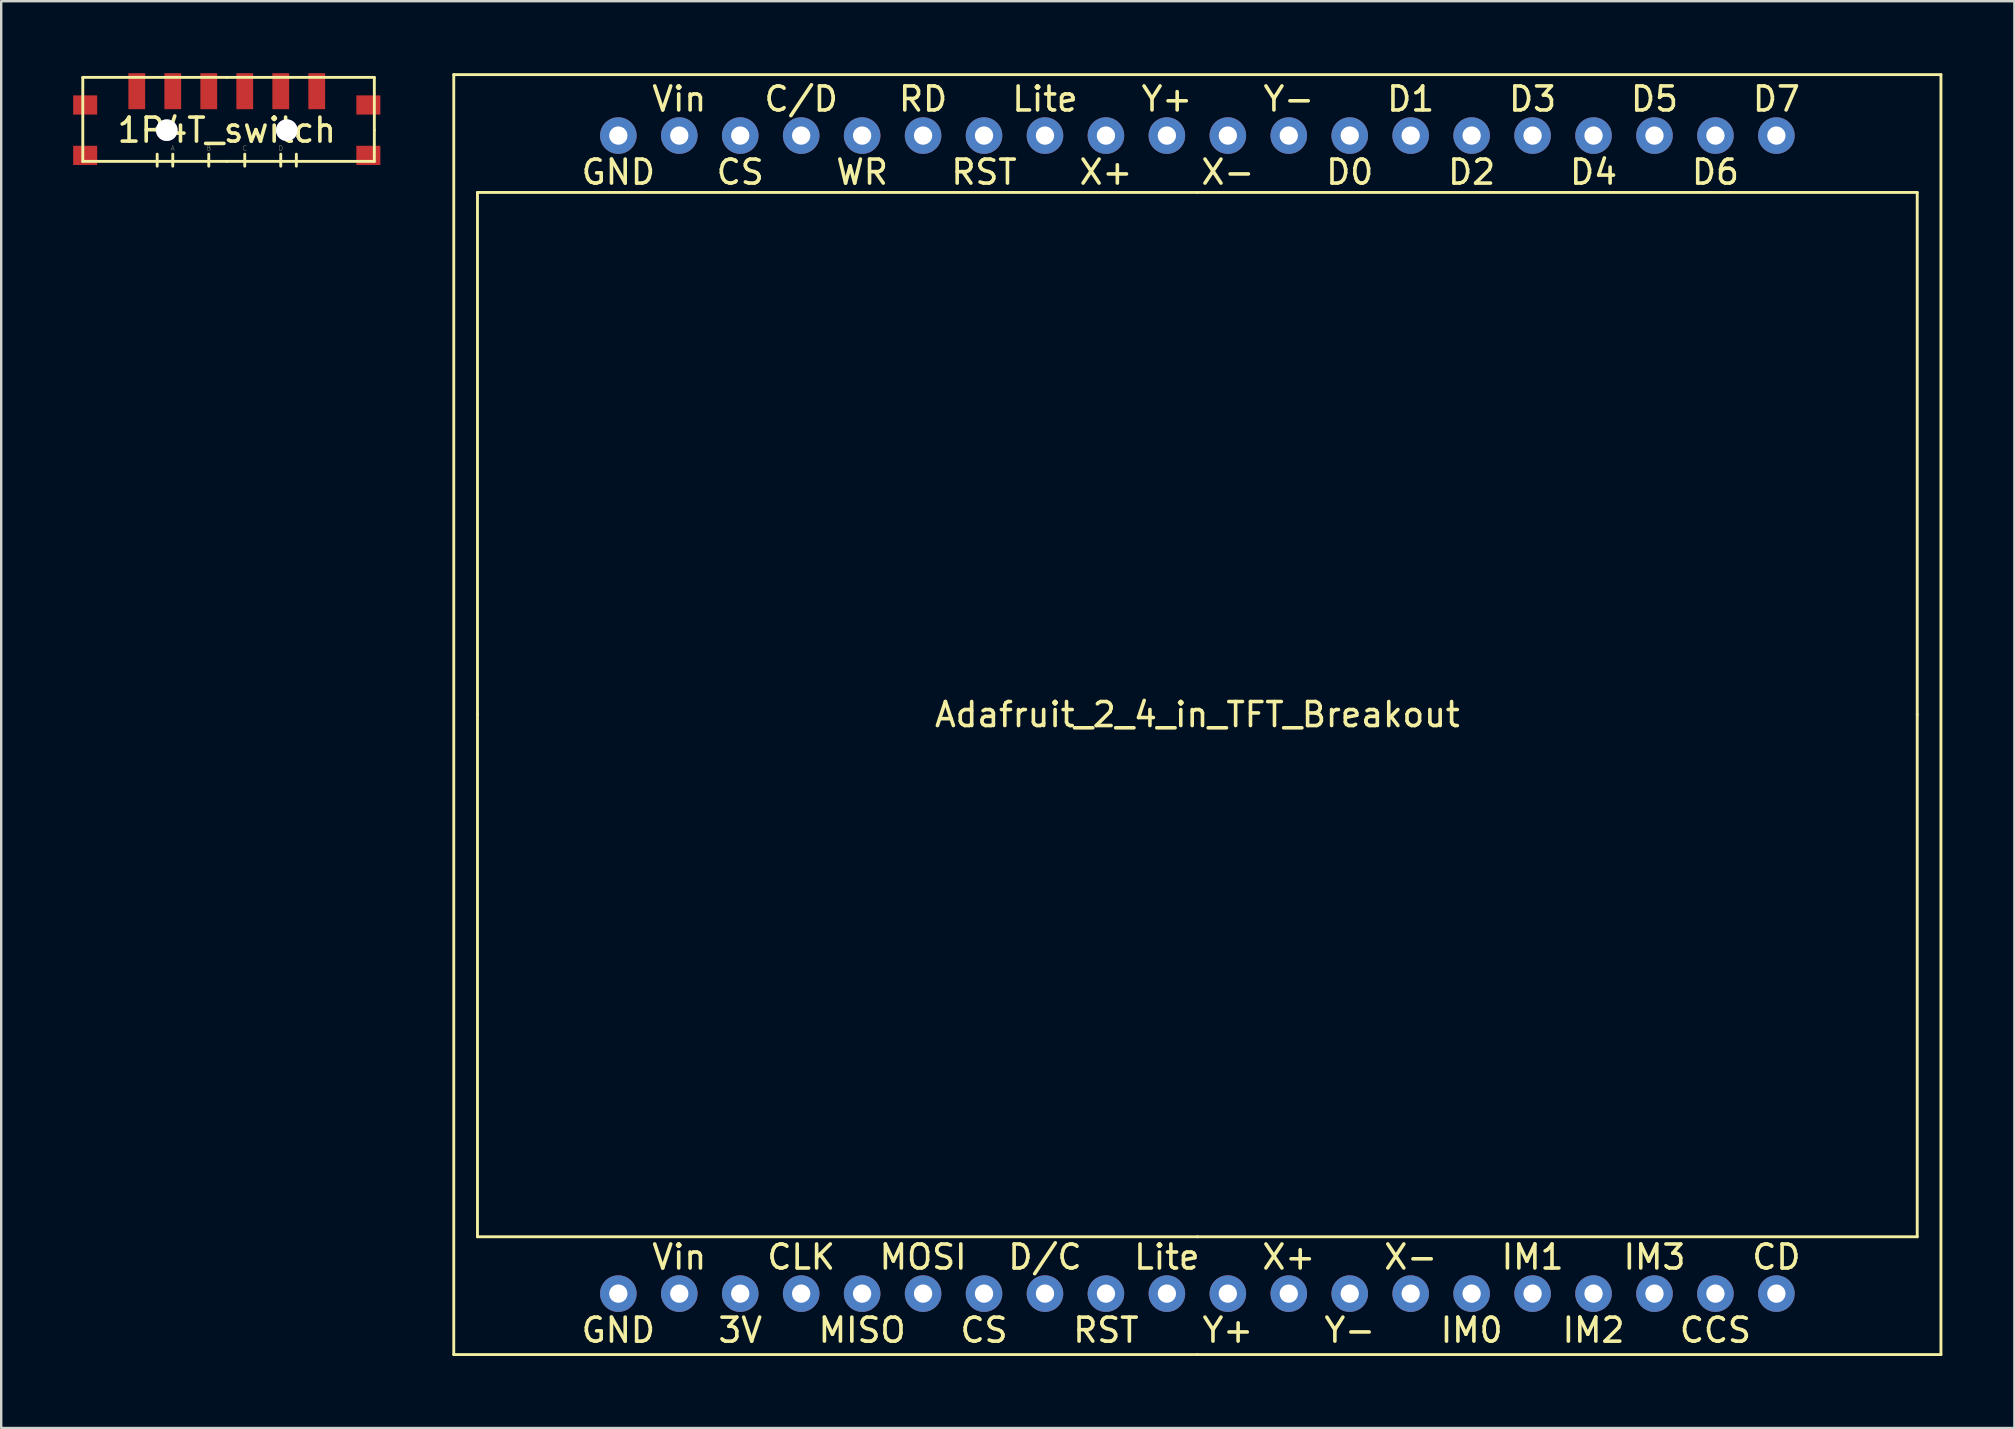
<source format=kicad_pcb>
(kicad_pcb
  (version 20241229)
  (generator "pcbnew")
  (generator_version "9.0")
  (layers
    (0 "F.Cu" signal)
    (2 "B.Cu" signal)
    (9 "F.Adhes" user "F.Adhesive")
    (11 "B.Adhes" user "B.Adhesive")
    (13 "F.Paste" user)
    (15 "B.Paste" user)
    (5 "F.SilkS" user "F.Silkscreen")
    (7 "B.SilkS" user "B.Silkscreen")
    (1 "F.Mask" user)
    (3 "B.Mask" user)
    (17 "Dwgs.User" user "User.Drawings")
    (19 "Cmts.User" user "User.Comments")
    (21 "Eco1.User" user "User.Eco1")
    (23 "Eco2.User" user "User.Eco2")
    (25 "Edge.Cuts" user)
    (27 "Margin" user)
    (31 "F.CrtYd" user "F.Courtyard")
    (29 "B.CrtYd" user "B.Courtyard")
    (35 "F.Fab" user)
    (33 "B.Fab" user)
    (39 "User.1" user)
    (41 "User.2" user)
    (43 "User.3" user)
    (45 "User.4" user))
  (footprint "1P4T_switch"
    (layer "F.Cu")
    (at 6.4 2.375)
    (property "Reference" "1P4T_switch" (at 0 0 0) (layer "F.SilkS") (effects (font (size 1 1) (thickness 0.15))))
    (attr through_hole)
    (fp_line (start -6 1.3) (end -6 -2.2) (stroke (width 0.12) (type solid)) (layer "F.SilkS"))
    (fp_line (start -2.9 1.5) (end -2.9 1) (stroke (width 0.12) (type solid)) (layer "F.SilkS"))
    (fp_line (start -2.25 1.5) (end -2.25 1) (stroke (width 0.12) (type solid)) (layer "F.SilkS"))
    (fp_line (start -0.75 1.5) (end -0.75 1) (stroke (width 0.12) (type solid)) (layer "F.SilkS"))
    (fp_line (start 0 -2.2) (end -6 -2.2) (stroke (width 0.12) (type solid)) (layer "F.SilkS"))
    (fp_line (start 0 -2.2) (end 6.15 -2.2) (stroke (width 0.12) (type solid)) (layer "F.SilkS"))
    (fp_line (start 0 1.3) (end -6 1.3) (stroke (width 0.12) (type solid)) (layer "F.SilkS"))
    (fp_line (start 0 1.3) (end 6.15 1.3) (stroke (width 0.12) (type solid)) (layer "F.SilkS"))
    (fp_line (start 0.75 1.5) (end 0.75 1) (stroke (width 0.12) (type solid)) (layer "F.SilkS"))
    (fp_line (start 2.25 1.5) (end 2.25 1) (stroke (width 0.12) (type solid)) (layer "F.SilkS"))
    (fp_line (start 2.9 1.5) (end 2.9 1) (stroke (width 0.12) (type solid)) (layer "F.SilkS"))
    (fp_line (start 6.15 -2.2) (end 6.15 0) (stroke (width 0.12) (type solid)) (layer "F.SilkS"))
    (fp_line (start 6.15 1.3) (end 6.15 0) (stroke (width 0.12) (type solid)) (layer "F.SilkS"))
    (fp_text user "C" (at 0.75 0.75 0) (layer "F.SilkS") (effects (font (size 0.2 0.2) (thickness 0.01))))
    (fp_text user "A" (at -2.25 0.75 0) (layer "F.SilkS") (effects (font (size 0.2 0.2) (thickness 0.01))))
    (fp_text user "B" (at -0.75 0.75 0) (layer "F.SilkS") (effects (font (size 0.2 0.2) (thickness 0.01))))
    (fp_text user "D" (at 2.25 0.75 0) (layer "F.SilkS") (effects (font (size 0.2 0.2) (thickness 0.01))))
    (pad "" smd rect (at -5.9 -1.05) (size 1 0.8) (layers "F.Cu" "F.Mask" "F.Paste"))
    (pad "" smd rect (at -5.9 1.05) (size 1 0.8) (layers "F.Cu" "F.Mask" "F.Paste"))
    (pad "" thru_hole circle (at -2.5 0) (size 0.9 0.9) (drill 0.9) (layers "*.Cu" "*.Mask"))
    (pad "" thru_hole circle (at 2.5 0) (size 0.9 0.9) (drill 0.9) (layers "*.Cu" "*.Mask"))
    (pad "" smd rect (at 5.9 -1.05) (size 1 0.8) (layers "F.Cu" "F.Mask" "F.Paste"))
    (pad "" smd rect (at 5.9 1.05) (size 1 0.8) (layers "F.Cu" "F.Mask" "F.Paste"))
    (pad "1" smd rect (at -3.75 -1.625) (size 0.7 1.5) (layers "F.Cu" "F.Mask" "F.Paste"))
    (pad "2" smd rect (at -2.25 -1.625) (size 0.7 1.5) (layers "F.Cu" "F.Mask" "F.Paste"))
    (pad "3" smd rect (at -0.75 -1.625) (size 0.7 1.5) (layers "F.Cu" "F.Mask" "F.Paste"))
    (pad "4" smd rect (at 0.75 -1.625) (size 0.7 1.5) (layers "F.Cu" "F.Mask" "F.Paste"))
    (pad "5" smd rect (at 2.25 -1.625) (size 0.7 1.5) (layers "F.Cu" "F.Mask" "F.Paste"))
    (pad "6" smd rect (at 3.75 -1.625) (size 0.7 1.5) (layers "F.Cu" "F.Mask" "F.Paste")))
  (footprint "Adafruit_2_4_in_TFT_Breakout"
    (layer "F.Cu")
    (at 46.848 26.73)
    (property "Reference" "Adafruit_2_4_in_TFT_Breakout" (at 0 0 0) (layer "F.SilkS") (effects (font (size 1 1) (thickness 0.15))))
    (attr through_hole)
    (fp_line (start -30.988 -26.67) (end 30.988 -26.67) (stroke (width 0.12) (type solid)) (layer "F.SilkS"))
    (fp_line (start -30.988 26.67) (end -30.988 -26.67) (stroke (width 0.12) (type solid)) (layer "F.SilkS"))
    (fp_line (start -30 -21.76) (end 0 -21.76) (stroke (width 0.12) (type solid)) (layer "F.SilkS"))
    (fp_line (start -30 0) (end -30 -21.76) (stroke (width 0.12) (type solid)) (layer "F.SilkS"))
    (fp_line (start -30 21.76) (end -30 0) (stroke (width 0.12) (type solid)) (layer "F.SilkS"))
    (fp_line (start -30 21.76) (end 0 21.76) (stroke (width 0.12) (type solid)) (layer "F.SilkS"))
    (fp_line (start 0 -21.76) (end 30 -21.76) (stroke (width 0.12) (type solid)) (layer "F.SilkS"))
    (fp_line (start 0 21.76) (end 30 21.76) (stroke (width 0.12) (type solid)) (layer "F.SilkS"))
    (fp_line (start 0 26.67) (end -30.988 26.67) (stroke (width 0.12) (type solid)) (layer "F.SilkS"))
    (fp_line (start 30 0) (end 30 -21.76) (stroke (width 0.12) (type solid)) (layer "F.SilkS"))
    (fp_line (start 30 21.76) (end 30 0) (stroke (width 0.12) (type solid)) (layer "F.SilkS"))
    (fp_line (start 30.988 26.67) (end 0 26.67) (stroke (width 0.12) (type solid)) (layer "F.SilkS"))
    (fp_line (start 30.988 26.67) (end 30.988 -26.67) (stroke (width 0.12) (type solid)) (layer "F.SilkS"))
    (fp_text user "IM3" (at 19.05 22.606 0) (layer "F.SilkS") (effects (font (size 1 1) (thickness 0.15))))
    (fp_text user "MOSI" (at -11.43 22.606 0) (layer "F.SilkS") (effects (font (size 1 1) (thickness 0.15))))
    (fp_text user "IM0" (at 11.43 25.654 0) (layer "F.SilkS") (effects (font (size 1 1) (thickness 0.15))))
    (fp_text user "D3" (at 13.97 -25.654 0) (layer "F.SilkS") (effects (font (size 1 1) (thickness 0.15))))
    (fp_text user "D2" (at 11.43 -22.606 0) (layer "F.SilkS") (effects (font (size 1 1) (thickness 0.15))))
    (fp_text user "RD" (at -11.43 -25.654 0) (layer "F.SilkS") (effects (font (size 1 1) (thickness 0.15))))
    (fp_text user "GND" (at -24.13 -22.606 0) (layer "F.SilkS") (effects (font (size 1 1) (thickness 0.15))))
    (fp_text user "CS" (at -8.89 25.654 0) (layer "F.SilkS") (effects (font (size 1 1) (thickness 0.15))))
    (fp_text user "Y+" (at -1.27 -25.654 0) (layer "F.SilkS") (effects (font (size 1 1) (thickness 0.15))))
    (fp_text user "D0" (at 6.35 -22.606 0) (layer "F.SilkS") (effects (font (size 1 1) (thickness 0.15))))
    (fp_text user "Y+" (at 1.27 25.654 0) (layer "F.SilkS") (effects (font (size 1 1) (thickness 0.15))))
    (fp_text user "CLK" (at -16.51 22.606 0) (layer "F.SilkS") (effects (font (size 1 1) (thickness 0.15))))
    (fp_text user "Y-" (at 3.81 -25.654 0) (layer "F.SilkS") (effects (font (size 1 1) (thickness 0.15))))
    (fp_text user "D7" (at 24.13 -25.654 0) (layer "F.SilkS") (effects (font (size 1 1) (thickness 0.15))))
    (fp_text user "IM2" (at 16.51 25.654 0) (layer "F.SilkS") (effects (font (size 1 1) (thickness 0.15))))
    (fp_text user "CS" (at -19.05 -22.606 0) (layer "F.SilkS") (effects (font (size 1 1) (thickness 0.15))))
    (fp_text user "D5" (at 19.05 -25.654 0) (layer "F.SilkS") (effects (font (size 1 1) (thickness 0.15))))
    (fp_text user "RST" (at -8.89 -22.606 0) (layer "F.SilkS") (effects (font (size 1 1) (thickness 0.15))))
    (fp_text user "C/D" (at -16.51 -25.654 0) (layer "F.SilkS") (effects (font (size 1 1) (thickness 0.15))))
    (fp_text user "D4" (at 16.51 -22.606 0) (layer "F.SilkS") (effects (font (size 1 1) (thickness 0.15))))
    (fp_text user "3V" (at -19.05 25.654 0) (layer "F.SilkS") (effects (font (size 1 1) (thickness 0.15))))
    (fp_text user "MISO" (at -13.97 25.654 0) (layer "F.SilkS") (effects (font (size 1 1) (thickness 0.15))))
    (fp_text user "IM1" (at 13.97 22.606 0) (layer "F.SilkS") (effects (font (size 1 1) (thickness 0.15))))
    (fp_text user "CCS" (at 21.59 25.654 0) (layer "F.SilkS") (effects (font (size 1 1) (thickness 0.15))))
    (fp_text user "D/C" (at -6.35 22.606 0) (layer "F.SilkS") (effects (font (size 1 1) (thickness 0.15))))
    (fp_text user "WR" (at -13.97 -22.606 0) (layer "F.SilkS") (effects (font (size 1 1) (thickness 0.15))))
    (fp_text user "X-" (at 1.27 -22.606 0) (layer "F.SilkS") (effects (font (size 1 1) (thickness 0.15))))
    (fp_text user "D1" (at 8.89 -25.654 0) (layer "F.SilkS") (effects (font (size 1 1) (thickness 0.15))))
    (fp_text user "X+" (at -3.81 -22.606 0) (layer "F.SilkS") (effects (font (size 1 1) (thickness 0.15))))
    (fp_text user "Lite" (at -6.35 -25.654 0) (layer "F.SilkS") (effects (font (size 1 1) (thickness 0.15))))
    (fp_text user "CD" (at 24.13 22.606 0) (layer "F.SilkS") (effects (font (size 1 1) (thickness 0.15))))
    (fp_text user "RST" (at -3.81 25.654 0) (layer "F.SilkS") (effects (font (size 1 1) (thickness 0.15))))
    (fp_text user "Y-" (at 6.35 25.654 0) (layer "F.SilkS") (effects (font (size 1 1) (thickness 0.15))))
    (fp_text user "Vin" (at -21.59 -25.654 0) (layer "F.SilkS") (effects (font (size 1 1) (thickness 0.15))))
    (fp_text user "X+" (at 3.81 22.606 0) (layer "F.SilkS") (effects (font (size 1 1) (thickness 0.15))))
    (fp_text user "X-" (at 8.89 22.606 0) (layer "F.SilkS") (effects (font (size 1 1) (thickness 0.15))))
    (fp_text user "D6" (at 21.59 -22.606 0) (layer "F.SilkS") (effects (font (size 1 1) (thickness 0.15))))
    (fp_text user "Vin" (at -21.59 22.606 0) (layer "F.SilkS") (effects (font (size 1 1) (thickness 0.15))))
    (fp_text user "GND" (at -24.13 25.654 0) (layer "F.SilkS") (effects (font (size 1 1) (thickness 0.15))))
    (fp_text user "Lite" (at -1.27 22.606 0) (layer "F.SilkS") (effects (font (size 1 1) (thickness 0.15))))
    (pad "1" thru_hole circle (at 24.13 -24.13) (size 1.524 1.524) (drill 0.762) (layers "*.Cu" "*.Mask"))
    (pad "2" thru_hole circle (at 21.59 -24.13) (size 1.524 1.524) (drill 0.762) (layers "*.Cu" "*.Mask"))
    (pad "3" thru_hole circle (at 19.05 -24.13) (size 1.524 1.524) (drill 0.762) (layers "*.Cu" "*.Mask"))
    (pad "4" thru_hole circle (at 16.51 -24.13) (size 1.524 1.524) (drill 0.762) (layers "*.Cu" "*.Mask"))
    (pad "5" thru_hole circle (at 13.97 -24.13) (size 1.524 1.524) (drill 0.762) (layers "*.Cu" "*.Mask"))
    (pad "6" thru_hole circle (at 11.43 -24.13) (size 1.524 1.524) (drill 0.762) (layers "*.Cu" "*.Mask"))
    (pad "7" thru_hole circle (at 8.89 -24.13) (size 1.524 1.524) (drill 0.762) (layers "*.Cu" "*.Mask"))
    (pad "8" thru_hole circle (at 6.35 -24.13) (size 1.524 1.524) (drill 0.762) (layers "*.Cu" "*.Mask"))
    (pad "9" thru_hole circle (at 3.81 -24.13) (size 1.524 1.524) (drill 0.762) (layers "*.Cu" "*.Mask"))
    (pad "10" thru_hole circle (at 1.27 -24.13) (size 1.524 1.524) (drill 0.762) (layers "*.Cu" "*.Mask"))
    (pad "11" thru_hole circle (at -1.27 -24.13) (size 1.524 1.524) (drill 0.762) (layers "*.Cu" "*.Mask"))
    (pad "12" thru_hole circle (at -3.81 -24.13) (size 1.524 1.524) (drill 0.762) (layers "*.Cu" "*.Mask"))
    (pad "13" thru_hole circle (at -6.35 -24.13) (size 1.524 1.524) (drill 0.762) (layers "*.Cu" "*.Mask"))
    (pad "14" thru_hole circle (at -8.89 -24.13) (size 1.524 1.524) (drill 0.762) (layers "*.Cu" "*.Mask"))
    (pad "15" thru_hole circle (at -11.43 -24.13) (size 1.524 1.524) (drill 0.762) (layers "*.Cu" "*.Mask"))
    (pad "16" thru_hole circle (at -13.97 -24.13) (size 1.524 1.524) (drill 0.762) (layers "*.Cu" "*.Mask"))
    (pad "17" thru_hole circle (at -16.51 -24.13) (size 1.524 1.524) (drill 0.762) (layers "*.Cu" "*.Mask"))
    (pad "18" thru_hole circle (at -19.05 -24.13) (size 1.524 1.524) (drill 0.762) (layers "*.Cu" "*.Mask"))
    (pad "19" thru_hole circle (at -21.59 -24.13) (size 1.524 1.524) (drill 0.762) (layers "*.Cu" "*.Mask"))
    (pad "20" thru_hole circle (at -24.13 -24.13) (size 1.524 1.524) (drill 0.762) (layers "*.Cu" "*.Mask"))
    (pad "21" thru_hole circle (at -24.13 24.13) (size 1.524 1.524) (drill 0.762) (layers "*.Cu" "*.Mask"))
    (pad "22" thru_hole circle (at -21.59 24.13) (size 1.524 1.524) (drill 0.762) (layers "*.Cu" "*.Mask"))
    (pad "23" thru_hole circle (at -19.05 24.13) (size 1.524 1.524) (drill 0.762) (layers "*.Cu" "*.Mask"))
    (pad "24" thru_hole circle (at -16.51 24.13) (size 1.524 1.524) (drill 0.762) (layers "*.Cu" "*.Mask"))
    (pad "25" thru_hole circle (at -13.97 24.13) (size 1.524 1.524) (drill 0.762) (layers "*.Cu" "*.Mask"))
    (pad "26" thru_hole circle (at -11.43 24.13) (size 1.524 1.524) (drill 0.762) (layers "*.Cu" "*.Mask"))
    (pad "27" thru_hole circle (at -8.89 24.13) (size 1.524 1.524) (drill 0.762) (layers "*.Cu" "*.Mask"))
    (pad "28" thru_hole circle (at -6.35 24.13) (size 1.524 1.524) (drill 0.762) (layers "*.Cu" "*.Mask"))
    (pad "29" thru_hole circle (at -3.81 24.13) (size 1.524 1.524) (drill 0.762) (layers "*.Cu" "*.Mask"))
    (pad "30" thru_hole circle (at -1.27 24.13) (size 1.524 1.524) (drill 0.762) (layers "*.Cu" "*.Mask"))
    (pad "31" thru_hole circle (at 1.27 24.13) (size 1.524 1.524) (drill 0.762) (layers "*.Cu" "*.Mask"))
    (pad "32" thru_hole circle (at 3.81 24.13) (size 1.524 1.524) (drill 0.762) (layers "*.Cu" "*.Mask"))
    (pad "33" thru_hole circle (at 6.35 24.13) (size 1.524 1.524) (drill 0.762) (layers "*.Cu" "*.Mask"))
    (pad "34" thru_hole circle (at 8.89 24.13) (size 1.524 1.524) (drill 0.762) (layers "*.Cu" "*.Mask"))
    (pad "35" thru_hole circle (at 11.43 24.13) (size 1.524 1.524) (drill 0.762) (layers "*.Cu" "*.Mask"))
    (pad "36" thru_hole circle (at 13.97 24.13) (size 1.524 1.524) (drill 0.762) (layers "*.Cu" "*.Mask"))
    (pad "37" thru_hole circle (at 16.51 24.13) (size 1.524 1.524) (drill 0.762) (layers "*.Cu" "*.Mask"))
    (pad "38" thru_hole circle (at 19.05 24.13) (size 1.524 1.524) (drill 0.762) (layers "*.Cu" "*.Mask"))
    (pad "39" thru_hole circle (at 21.59 24.13) (size 1.524 1.524) (drill 0.762) (layers "*.Cu" "*.Mask"))
    (pad "40" thru_hole circle (at 24.13 24.13) (size 1.524 1.524) (drill 0.762) (layers "*.Cu" "*.Mask")))
  (gr_rect
    (start -3 -3)
    (end 80.896 56.46)
    (stroke (width 0.1) (type default))
    (fill no)
    (layer "Edge.Cuts")))
</source>
